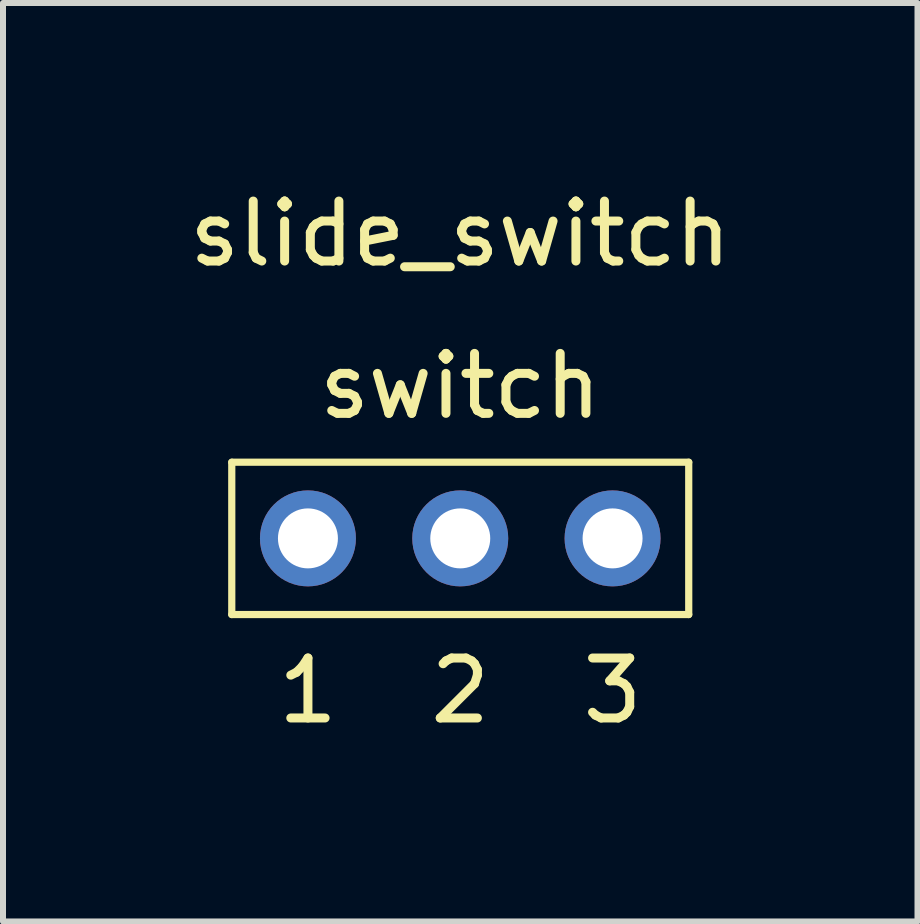
<source format=kicad_pcb>
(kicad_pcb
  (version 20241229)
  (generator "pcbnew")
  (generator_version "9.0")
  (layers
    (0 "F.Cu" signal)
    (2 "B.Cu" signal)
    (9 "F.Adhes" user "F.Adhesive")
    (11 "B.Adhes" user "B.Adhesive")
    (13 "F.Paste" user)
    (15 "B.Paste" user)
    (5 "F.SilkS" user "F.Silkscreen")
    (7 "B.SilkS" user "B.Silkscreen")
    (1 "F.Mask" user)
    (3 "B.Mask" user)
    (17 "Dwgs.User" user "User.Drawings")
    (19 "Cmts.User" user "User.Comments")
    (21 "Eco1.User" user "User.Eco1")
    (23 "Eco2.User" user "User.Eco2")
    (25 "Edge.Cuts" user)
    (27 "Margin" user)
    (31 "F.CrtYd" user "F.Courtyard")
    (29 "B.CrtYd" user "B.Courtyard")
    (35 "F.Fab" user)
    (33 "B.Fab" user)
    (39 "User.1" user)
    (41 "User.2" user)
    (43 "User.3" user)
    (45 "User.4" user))
  (footprint "slide_switch"
    (layer "F.Cu")
    (at 4.625 4.658)
    (property "Reference" "slide_switch" (at 0 -3.81 0) (layer "F.SilkS") (effects (font (size 1 1) (thickness 0.15))))
    (attr through_hole)
    (fp_line (start -3.81 0) (end 3.81 0) (stroke (width 0.12) (type solid)) (layer "F.SilkS"))
    (fp_line (start -3.81 2.54) (end -3.81 0) (stroke (width 0.12) (type solid)) (layer "F.SilkS"))
    (fp_line (start 3.81 0) (end 3.81 2.54) (stroke (width 0.12) (type solid)) (layer "F.SilkS"))
    (fp_line (start 3.81 2.54) (end -3.81 2.54) (stroke (width 0.12) (type solid)) (layer "F.SilkS"))
    (fp_text user "switch" (at 0 -1.27 0) (layer "F.SilkS") (effects (font (size 1 1) (thickness 0.15))))
    (fp_text user "2" (at 0 3.81 0) (layer "F.SilkS") (effects (font (size 1 1) (thickness 0.15))))
    (fp_text user "3" (at 2.54 3.81 0) (layer "F.SilkS") (effects (font (size 1 1) (thickness 0.15))))
    (fp_text user "1" (at -2.54 3.81 0) (layer "F.SilkS") (effects (font (size 1 1) (thickness 0.15))))
    (pad "1" thru_hole circle (at -2.54 1.27) (size 1.6 1.6) (drill 1) (layers "*.Cu" "*.Mask"))
    (pad "2" thru_hole circle (at 0 1.27) (size 1.6 1.6) (drill 1) (layers "*.Cu" "*.Mask"))
    (pad "3" thru_hole circle (at 2.54 1.27) (size 1.6 1.6) (drill 1) (layers "*.Cu" "*.Mask")))
  (gr_rect
    (start -3 -3)
    (end 12.25 12.316)
    (stroke (width 0.1) (type default))
    (fill no)
    (layer "Edge.Cuts")))
</source>
